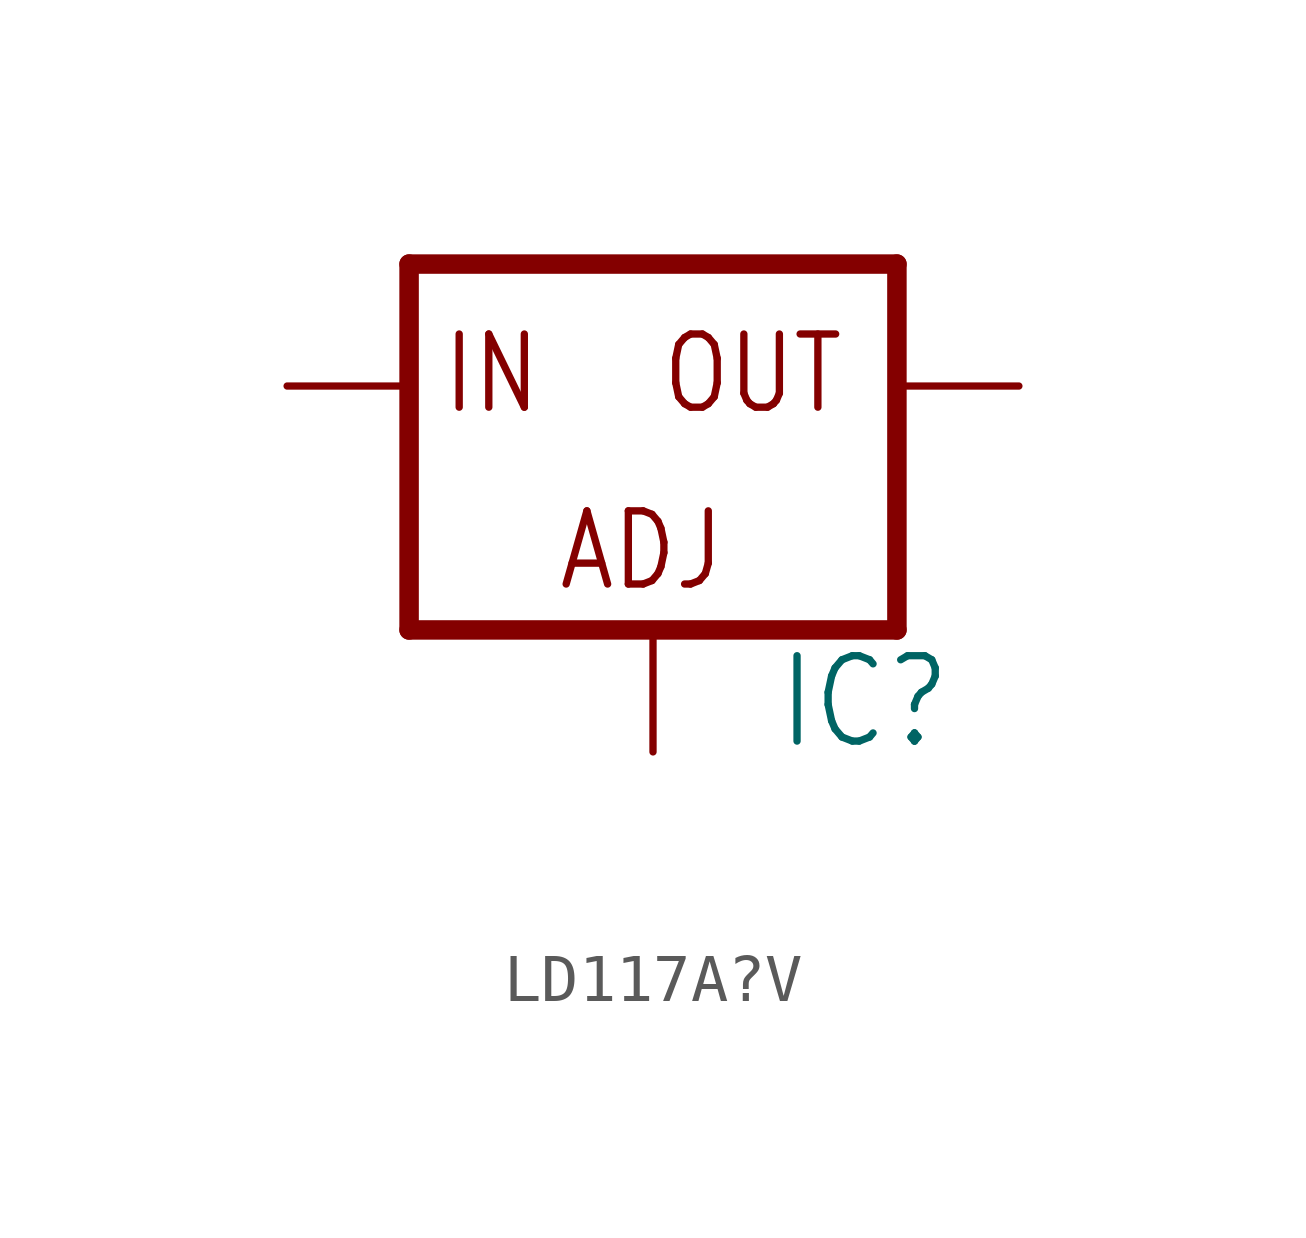
<source format=kicad_sym>
(kicad_symbol_lib
  (version 20220914)
  (generator kicad_symbol_editor)
  (symbol "LD117A?V"
    (property "Reference" "IC"
      (at 2.54 -7.62 0)
      (effects (font (size 1.778 1.511)) (justify left bottom)))
    (property "Value" ""
      (at 2.54 -10.16 0)
      (effects (font (size 1.778 1.511)) (justify left bottom)))
    (property "ki_locked" ""
      (at 0 0 0)
      (effects (font (size 1.27 1.27))))
    (symbol "LD117A?V_1_0"
      (polyline (pts (xy -5.08 -5.08) (xy 5.08 -5.08)) (stroke (width 0.406) (type solid)) (fill (type none)))
      (polyline (pts (xy -5.08 2.54) (xy -5.08 -5.08)) (stroke (width 0.406) (type solid)) (fill (type none)))
      (polyline (pts (xy 5.08 -5.08) (xy 5.08 2.54)) (stroke (width 0.406) (type solid)) (fill (type none)))
      (polyline (pts (xy 5.08 2.54) (xy -5.08 2.54)) (stroke (width 0.406) (type solid)) (fill (type none)))
      (text "ADJ" (at -2.032 -4.318 0) (effects (font (size 1.524 1.295)) (justify left bottom)))
      (text "IN" (at -4.445 -0.635 0) (effects (font (size 1.524 1.295)) (justify left bottom)))
      (text "OUT" (at 0.127 -0.635 0) (effects (font (size 1.524 1.295)) (justify left bottom)))
      (pin input line (at 0 -7.62 90) (length 2.54) (name "ADJ" (effects (font (size 0 0)))) (number "1" (effects (font (size 0 0)))))
      (pin passive line (at 7.62 0 180) (length 2.54) (name "OUT" (effects (font (size 0 0)))) (number "2" (effects (font (size 0 0)))))
      (pin input line (at -7.62 0 0) (length 2.54) (name "IN" (effects (font (size 0 0)))) (number "3" (effects (font (size 0 0))))))))
</source>
